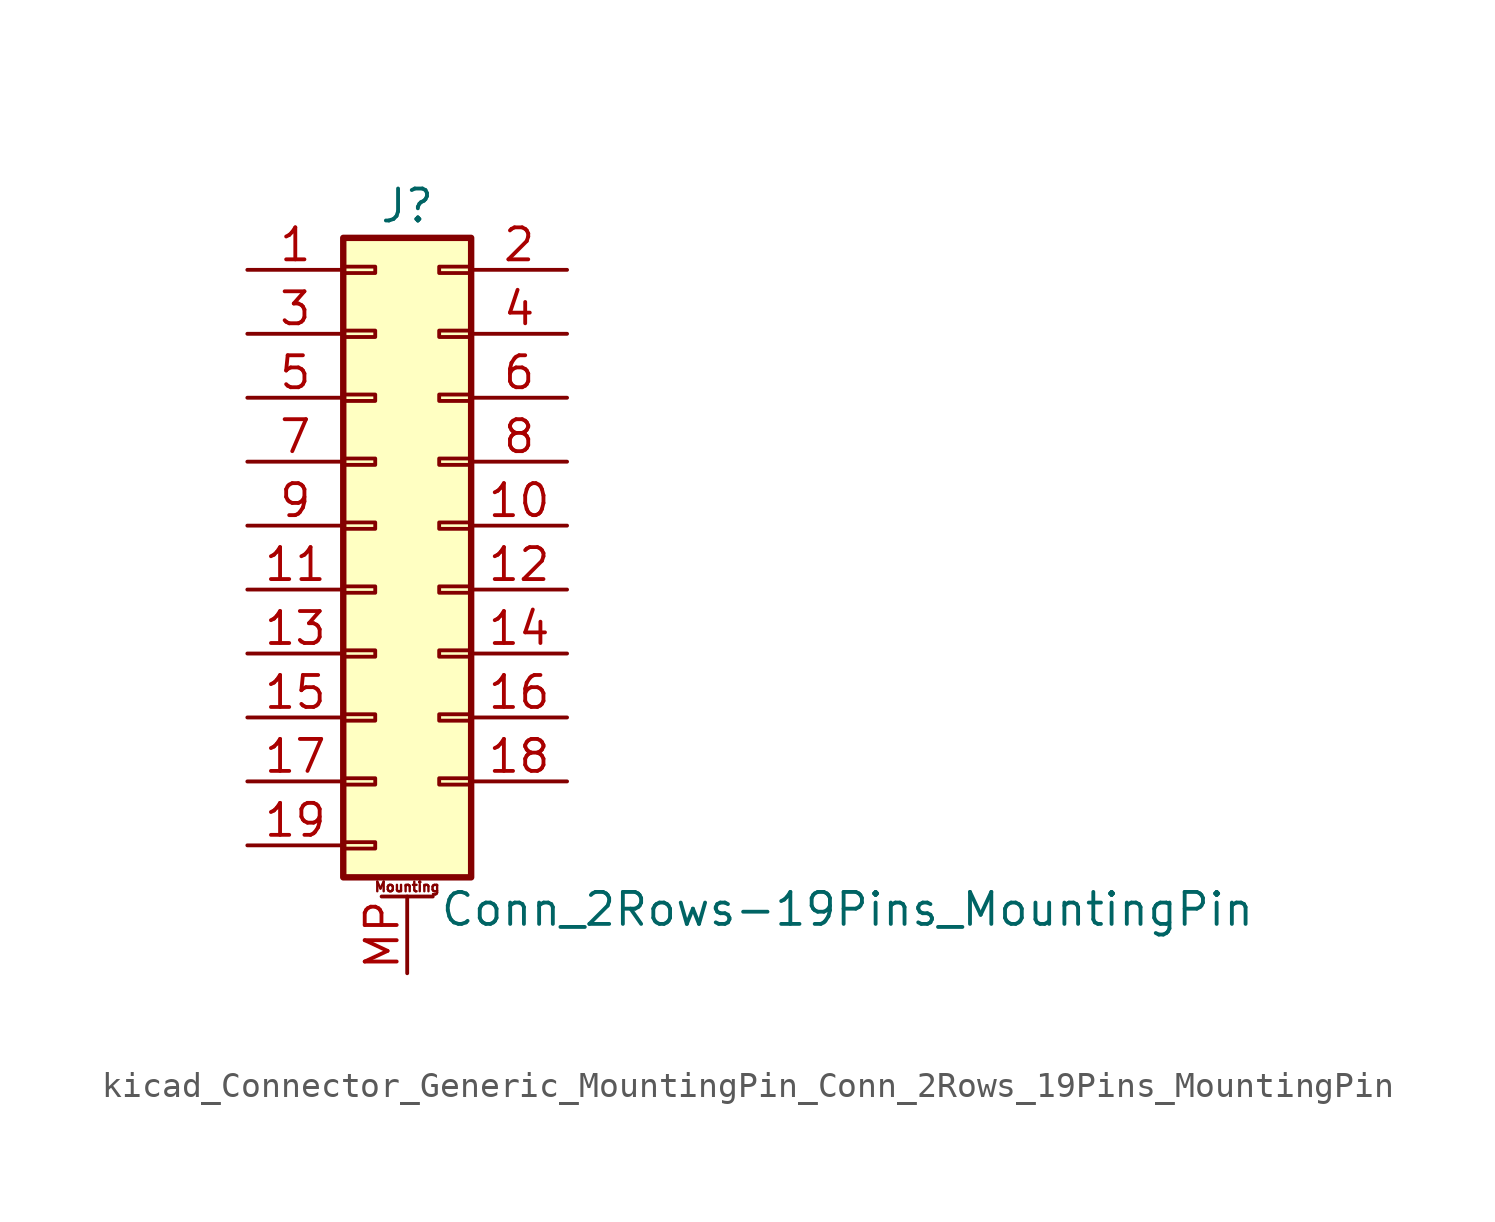
<source format=kicad_sym>
(kicad_symbol_lib
  (version 20220914)
  (generator kicad_symbol_editor)
  (symbol "kicad_Connector_Generic_MountingPin_Conn_2Rows_19Pins_MountingPin"
    (pin_names
      (offset 1.016) hide)
    (property "Reference" "J"
      (at 1.27 12.7 0)
      (effects (font (size 1.27 1.27))))
    (property "Value" "Conn_2Rows-19Pins_MountingPin"
      (at 2.54 -15.24 0)
      (effects (font (size 1.27 1.27)) (justify left)))
    (symbol "kicad_Connector_Generic_MountingPin_Conn_2Rows_19Pins_MountingPin_1_1"
      (rectangle (start -1.27 -12.573) (end 0 -12.827) (stroke (width 0.152) (type default)) (fill (type none)))
      (rectangle (start -1.27 -10.033) (end 0 -10.287) (stroke (width 0.152) (type default)) (fill (type none)))
      (rectangle (start -1.27 -7.493) (end 0 -7.747) (stroke (width 0.152) (type default)) (fill (type none)))
      (rectangle (start -1.27 -4.953) (end 0 -5.207) (stroke (width 0.152) (type default)) (fill (type none)))
      (rectangle (start -1.27 -2.413) (end 0 -2.667) (stroke (width 0.152) (type default)) (fill (type none)))
      (rectangle (start -1.27 0.127) (end 0 -0.127) (stroke (width 0.152) (type default)) (fill (type none)))
      (rectangle (start -1.27 2.667) (end 0 2.413) (stroke (width 0.152) (type default)) (fill (type none)))
      (rectangle (start -1.27 5.207) (end 0 4.953) (stroke (width 0.152) (type default)) (fill (type none)))
      (rectangle (start -1.27 7.747) (end 0 7.493) (stroke (width 0.152) (type default)) (fill (type none)))
      (rectangle (start -1.27 10.287) (end 0 10.033) (stroke (width 0.152) (type default)) (fill (type none)))
      (rectangle (start -1.27 11.43) (end 3.81 -13.97) (stroke (width 0.254) (type default)) (fill (type background)))
      (polyline (pts (xy 0.254 -14.732) (xy 2.286 -14.732)) (stroke (width 0.152) (type default)) (fill (type none)))
      (rectangle (start 3.81 -10.033) (end 2.54 -10.287) (stroke (width 0.152) (type default)) (fill (type none)))
      (rectangle (start 3.81 -7.493) (end 2.54 -7.747) (stroke (width 0.152) (type default)) (fill (type none)))
      (rectangle (start 3.81 -4.953) (end 2.54 -5.207) (stroke (width 0.152) (type default)) (fill (type none)))
      (rectangle (start 3.81 -2.413) (end 2.54 -2.667) (stroke (width 0.152) (type default)) (fill (type none)))
      (rectangle (start 3.81 0.127) (end 2.54 -0.127) (stroke (width 0.152) (type default)) (fill (type none)))
      (rectangle (start 3.81 2.667) (end 2.54 2.413) (stroke (width 0.152) (type default)) (fill (type none)))
      (rectangle (start 3.81 5.207) (end 2.54 4.953) (stroke (width 0.152) (type default)) (fill (type none)))
      (rectangle (start 3.81 7.747) (end 2.54 7.493) (stroke (width 0.152) (type default)) (fill (type none)))
      (rectangle (start 3.81 10.287) (end 2.54 10.033) (stroke (width 0.152) (type default)) (fill (type none)))
      (text "Mounting" (at 1.27 -14.351 0) (effects (font (size 0.381 0.381))))
      (pin passive line (at -5.08 10.16 0) (length 3.81) (name "Pin_1" (effects (font (size 1.27 1.27)))) (number "1" (effects (font (size 1.27 1.27)))))
      (pin passive line (at 7.62 0 180) (length 3.81) (name "Pin_10" (effects (font (size 1.27 1.27)))) (number "10" (effects (font (size 1.27 1.27)))))
      (pin passive line (at -5.08 -2.54 0) (length 3.81) (name "Pin_11" (effects (font (size 1.27 1.27)))) (number "11" (effects (font (size 1.27 1.27)))))
      (pin passive line (at 7.62 -2.54 180) (length 3.81) (name "Pin_12" (effects (font (size 1.27 1.27)))) (number "12" (effects (font (size 1.27 1.27)))))
      (pin passive line (at -5.08 -5.08 0) (length 3.81) (name "Pin_13" (effects (font (size 1.27 1.27)))) (number "13" (effects (font (size 1.27 1.27)))))
      (pin passive line (at 7.62 -5.08 180) (length 3.81) (name "Pin_14" (effects (font (size 1.27 1.27)))) (number "14" (effects (font (size 1.27 1.27)))))
      (pin passive line (at -5.08 -7.62 0) (length 3.81) (name "Pin_15" (effects (font (size 1.27 1.27)))) (number "15" (effects (font (size 1.27 1.27)))))
      (pin passive line (at 7.62 -7.62 180) (length 3.81) (name "Pin_16" (effects (font (size 1.27 1.27)))) (number "16" (effects (font (size 1.27 1.27)))))
      (pin passive line (at -5.08 -10.16 0) (length 3.81) (name "Pin_17" (effects (font (size 1.27 1.27)))) (number "17" (effects (font (size 1.27 1.27)))))
      (pin passive line (at 7.62 -10.16 180) (length 3.81) (name "Pin_18" (effects (font (size 1.27 1.27)))) (number "18" (effects (font (size 1.27 1.27)))))
      (pin passive line (at -5.08 -12.7 0) (length 3.81) (name "Pin_19" (effects (font (size 1.27 1.27)))) (number "19" (effects (font (size 1.27 1.27)))))
      (pin passive line (at 7.62 10.16 180) (length 3.81) (name "Pin_2" (effects (font (size 1.27 1.27)))) (number "2" (effects (font (size 1.27 1.27)))))
      (pin passive line (at -5.08 7.62 0) (length 3.81) (name "Pin_3" (effects (font (size 1.27 1.27)))) (number "3" (effects (font (size 1.27 1.27)))))
      (pin passive line (at 7.62 7.62 180) (length 3.81) (name "Pin_4" (effects (font (size 1.27 1.27)))) (number "4" (effects (font (size 1.27 1.27)))))
      (pin passive line (at -5.08 5.08 0) (length 3.81) (name "Pin_5" (effects (font (size 1.27 1.27)))) (number "5" (effects (font (size 1.27 1.27)))))
      (pin passive line (at 7.62 5.08 180) (length 3.81) (name "Pin_6" (effects (font (size 1.27 1.27)))) (number "6" (effects (font (size 1.27 1.27)))))
      (pin passive line (at -5.08 2.54 0) (length 3.81) (name "Pin_7" (effects (font (size 1.27 1.27)))) (number "7" (effects (font (size 1.27 1.27)))))
      (pin passive line (at 7.62 2.54 180) (length 3.81) (name "Pin_8" (effects (font (size 1.27 1.27)))) (number "8" (effects (font (size 1.27 1.27)))))
      (pin passive line (at -5.08 0 0) (length 3.81) (name "Pin_9" (effects (font (size 1.27 1.27)))) (number "9" (effects (font (size 1.27 1.27)))))
      (pin passive line (at 1.27 -17.78 90) (length 3.048) (name "MountPin" (effects (font (size 1.27 1.27)))) (number "MP" (effects (font (size 1.27 1.27))))))))
</source>
